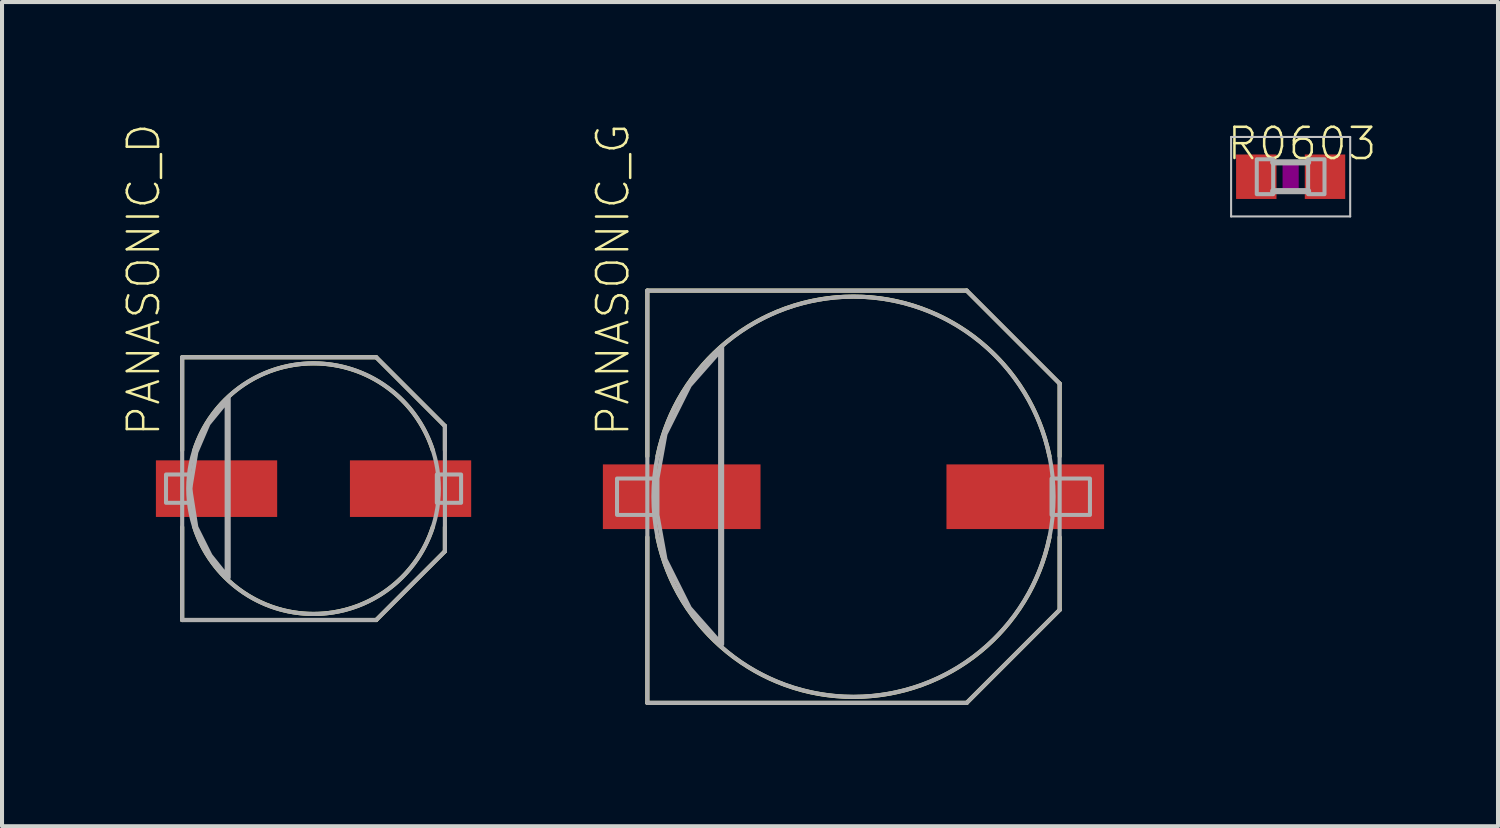
<source format=kicad_pcb>
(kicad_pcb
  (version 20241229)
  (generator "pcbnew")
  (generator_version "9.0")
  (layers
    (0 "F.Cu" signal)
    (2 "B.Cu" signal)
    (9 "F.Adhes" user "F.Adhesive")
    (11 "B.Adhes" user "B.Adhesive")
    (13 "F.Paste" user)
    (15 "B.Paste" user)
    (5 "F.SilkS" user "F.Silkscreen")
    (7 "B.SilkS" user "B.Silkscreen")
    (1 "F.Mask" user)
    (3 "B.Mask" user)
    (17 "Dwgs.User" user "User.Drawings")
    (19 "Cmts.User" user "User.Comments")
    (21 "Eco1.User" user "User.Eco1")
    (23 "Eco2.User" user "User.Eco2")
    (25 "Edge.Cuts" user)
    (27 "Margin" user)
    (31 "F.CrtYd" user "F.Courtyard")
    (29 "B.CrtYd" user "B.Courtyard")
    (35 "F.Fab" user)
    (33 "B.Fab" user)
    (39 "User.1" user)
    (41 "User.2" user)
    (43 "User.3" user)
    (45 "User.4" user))
  (footprint "PANASONIC_G"
    (layer "F.Cu")
    (at 18.065 9.239)
    (property "Reference" "PANASONIC_G" (at -5.5 -1.45 270) (layer "F.SilkS") (effects (font (size 0.772 0.772) (thickness 0.062)) (justify left bottom)))
    (attr through_hole)
    (fp_line (start -5.1 -5.1) (end 2.8 -5.1) (stroke (width 0.102) (type solid)) (layer "F.SilkS"))
    (fp_line (start -5.1 -1) (end -5.1 -5.1) (stroke (width 0.102) (type solid)) (layer "F.SilkS"))
    (fp_line (start -5.1 5.1) (end -5.1 1) (stroke (width 0.102) (type solid)) (layer "F.SilkS"))
    (fp_line (start 2.8 -5.1) (end 5.1 -2.8) (stroke (width 0.102) (type solid)) (layer "F.SilkS"))
    (fp_line (start 2.8 5.1) (end -5.1 5.1) (stroke (width 0.102) (type solid)) (layer "F.SilkS"))
    (fp_line (start 5.1 -2.8) (end 5.1 -1) (stroke (width 0.102) (type solid)) (layer "F.SilkS"))
    (fp_line (start 5.1 1) (end 5.1 2.8) (stroke (width 0.102) (type solid)) (layer "F.SilkS"))
    (fp_line (start 5.1 2.8) (end 2.8 5.1) (stroke (width 0.102) (type solid)) (layer "F.SilkS"))
    (fp_arc (start -4.85 -1) (mid 0 -4.95202) (end 4.85 -1) (stroke (width 0.1016) (type solid)) (layer "F.SilkS"))
    (fp_arc (start 4.85 1) (mid 0 4.95202) (end -4.85 1) (stroke (width 0.1016) (type solid)) (layer "F.SilkS"))
    (fp_line (start -5.1 -5.1) (end 2.8 -5.1) (stroke (width 0.102) (type solid)) (layer "F.Fab"))
    (fp_line (start -5.1 5.1) (end -5.1 -5.1) (stroke (width 0.102) (type solid)) (layer "F.Fab"))
    (fp_line (start -3.25 -3.7) (end -3.25 3.65) (stroke (width 0.102) (type solid)) (layer "F.Fab"))
    (fp_line (start 2.8 -5.1) (end 5.1 -2.8) (stroke (width 0.102) (type solid)) (layer "F.Fab"))
    (fp_line (start 2.8 5.1) (end -5.1 5.1) (stroke (width 0.102) (type solid)) (layer "F.Fab"))
    (fp_line (start 5.1 -2.8) (end 5.1 2.8) (stroke (width 0.102) (type solid)) (layer "F.Fab"))
    (fp_line (start 5.1 2.8) (end 2.8 5.1) (stroke (width 0.102) (type solid)) (layer "F.Fab"))
    (fp_circle (center 0 0) (end 4.95 0) (stroke (width 0.102) (type solid)) (fill no) (layer "F.Fab"))
    (fp_poly (pts (xy -5.85 0.45) (xy -4.9 0.45) (xy -4.9 -0.45) (xy -5.85 -0.45)) (stroke (width 0.1) (type solid)) (fill no) (layer "F.Fab"))
    (fp_poly (pts (xy 4.9 0.45) (xy 5.85 0.45) (xy 5.85 -0.45) (xy 4.9 -0.45)) (stroke (width 0.1) (type solid)) (fill no) (layer "F.Fab"))
    (fp_poly (pts (xy -3.3 -3.6) (xy -4.05 -2.75) (xy -4.65 -1.55) (xy -4.85 -0.45) (xy -4.85 0.45) (xy -4.65 1.55) (xy -4.05 2.75) (xy -3.3 3.6) (xy -3.3 -3.55)) (stroke (width 0.1) (type solid)) (fill no) (layer "F.Fab"))
    (pad "+" smd rect (at 4.25 0) (size 3.9 1.6) (layers "F.Cu" "F.Mask" "F.Paste"))
    (pad "-" smd rect (at -4.25 0) (size 3.9 1.6) (layers "F.Cu" "F.Mask" "F.Paste")))
  (footprint "R0603"
    (layer "F.Cu")
    (at 28.88 1.322)
    (property "Reference" "R0603" (at -1.615 -0.365 180) (layer "F.SilkS") (effects (font (size 0.772 0.772) (thickness 0.062)) (justify left bottom)))
    (attr through_hole)
    (fp_poly (pts (xy -0.2 0.4) (xy 0.2 0.4) (xy 0.2 -0.4) (xy -0.2 -0.4)) (stroke (width 0) (type solid)) (fill yes) (layer "F.Adhes"))
    (fp_line (start -1.473 -0.983) (end 1.473 -0.983) (stroke (width 0.051) (type solid)) (layer "Dwgs.User"))
    (fp_line (start -1.473 0.983) (end -1.473 -0.983) (stroke (width 0.051) (type solid)) (layer "Dwgs.User"))
    (fp_line (start 1.473 -0.983) (end 1.473 0.983) (stroke (width 0.051) (type solid)) (layer "Dwgs.User"))
    (fp_line (start 1.473 0.983) (end -1.473 0.983) (stroke (width 0.051) (type solid)) (layer "Dwgs.User"))
    (fp_line (start -0.432 0.356) (end 0.432 0.356) (stroke (width 0.152) (type solid)) (layer "F.Fab"))
    (fp_line (start 0.432 -0.356) (end -0.432 -0.356) (stroke (width 0.152) (type solid)) (layer "F.Fab"))
    (fp_poly (pts (xy -0.838 0.432) (xy -0.432 0.432) (xy -0.432 -0.432) (xy -0.838 -0.432)) (stroke (width 0.1) (type solid)) (fill no) (layer "F.Fab"))
    (fp_poly (pts (xy 0.432 0.432) (xy 0.838 0.432) (xy 0.838 -0.432) (xy 0.432 -0.432)) (stroke (width 0.1) (type solid)) (fill no) (layer "F.Fab"))
    (pad "1" smd rect (at -0.85 0) (size 1 1.1) (layers "F.Cu" "F.Mask" "F.Paste"))
    (pad "2" smd rect (at 0.85 0) (size 1 1.1) (layers "F.Cu" "F.Mask" "F.Paste")))
  (footprint "PANASONIC_D"
    (layer "F.Cu")
    (at 4.707 9.039)
    (property "Reference" "PANASONIC_D" (at -3.75 -1.25 270) (layer "F.SilkS") (effects (font (size 0.772 0.772) (thickness 0.062)) (justify left bottom)))
    (attr through_hole)
    (fp_line (start -3.25 -3.25) (end 1.55 -3.25) (stroke (width 0.102) (type solid)) (layer "F.SilkS"))
    (fp_line (start -3.25 -0.95) (end -3.25 -3.25) (stroke (width 0.102) (type solid)) (layer "F.SilkS"))
    (fp_line (start -3.25 3.25) (end -3.25 0.95) (stroke (width 0.102) (type solid)) (layer "F.SilkS"))
    (fp_line (start 1.55 -3.25) (end 3.25 -1.55) (stroke (width 0.102) (type solid)) (layer "F.SilkS"))
    (fp_line (start 1.55 3.25) (end -3.25 3.25) (stroke (width 0.102) (type solid)) (layer "F.SilkS"))
    (fp_line (start 3.25 -1.55) (end 3.25 -0.95) (stroke (width 0.102) (type solid)) (layer "F.SilkS"))
    (fp_line (start 3.25 0.95) (end 3.25 1.55) (stroke (width 0.102) (type solid)) (layer "F.SilkS"))
    (fp_line (start 3.25 1.55) (end 1.55 3.25) (stroke (width 0.102) (type solid)) (layer "F.SilkS"))
    (fp_arc (start -2.95 -0.95) (mid 0 -3.099193) (end 2.95 -0.95) (stroke (width 0.1016) (type solid)) (layer "F.SilkS"))
    (fp_arc (start 2.95 0.95) (mid 0 3.099193) (end -2.95 0.95) (stroke (width 0.1016) (type solid)) (layer "F.SilkS"))
    (fp_line (start -3.25 -3.25) (end 1.55 -3.25) (stroke (width 0.102) (type solid)) (layer "F.Fab"))
    (fp_line (start -3.25 3.25) (end -3.25 -3.25) (stroke (width 0.102) (type solid)) (layer "F.Fab"))
    (fp_line (start -2.1 -2.25) (end -2.1 2.2) (stroke (width 0.102) (type solid)) (layer "F.Fab"))
    (fp_line (start 1.55 -3.25) (end 3.25 -1.55) (stroke (width 0.102) (type solid)) (layer "F.Fab"))
    (fp_line (start 1.55 3.25) (end -3.25 3.25) (stroke (width 0.102) (type solid)) (layer "F.Fab"))
    (fp_line (start 3.25 -1.55) (end 3.25 1.55) (stroke (width 0.102) (type solid)) (layer "F.Fab"))
    (fp_line (start 3.25 1.55) (end 1.55 3.25) (stroke (width 0.102) (type solid)) (layer "F.Fab"))
    (fp_circle (center 0 0) (end 3.1 0) (stroke (width 0.102) (type solid)) (fill no) (layer "F.Fab"))
    (fp_poly (pts (xy -3.65 0.35) (xy -3.05 0.35) (xy -3.05 -0.35) (xy -3.65 -0.35)) (stroke (width 0.1) (type solid)) (fill no) (layer "F.Fab"))
    (fp_poly (pts (xy 3.05 0.35) (xy 3.65 0.35) (xy 3.65 -0.35) (xy 3.05 -0.35)) (stroke (width 0.1) (type solid)) (fill no) (layer "F.Fab"))
    (fp_poly (pts (xy -2.15 -2.15) (xy -2.6 -1.6) (xy -2.9 -0.9) (xy -3.05 0) (xy -2.9 0.95) (xy -2.55 1.65) (xy -2.15 2.15) (xy -2.15 -2.1)) (stroke (width 0.1) (type solid)) (fill no) (layer "F.Fab"))
    (pad "+" smd rect (at 2.4 0) (size 3 1.4) (layers "F.Cu" "F.Mask" "F.Paste"))
    (pad "-" smd rect (at -2.4 0) (size 3 1.4) (layers "F.Cu" "F.Mask" "F.Paste")))
  (gr_rect
    (start -3 -3)
    (end 34.01 17.39)
    (stroke (width 0.1) (type default))
    (fill no)
    (layer "Edge.Cuts")))
</source>
